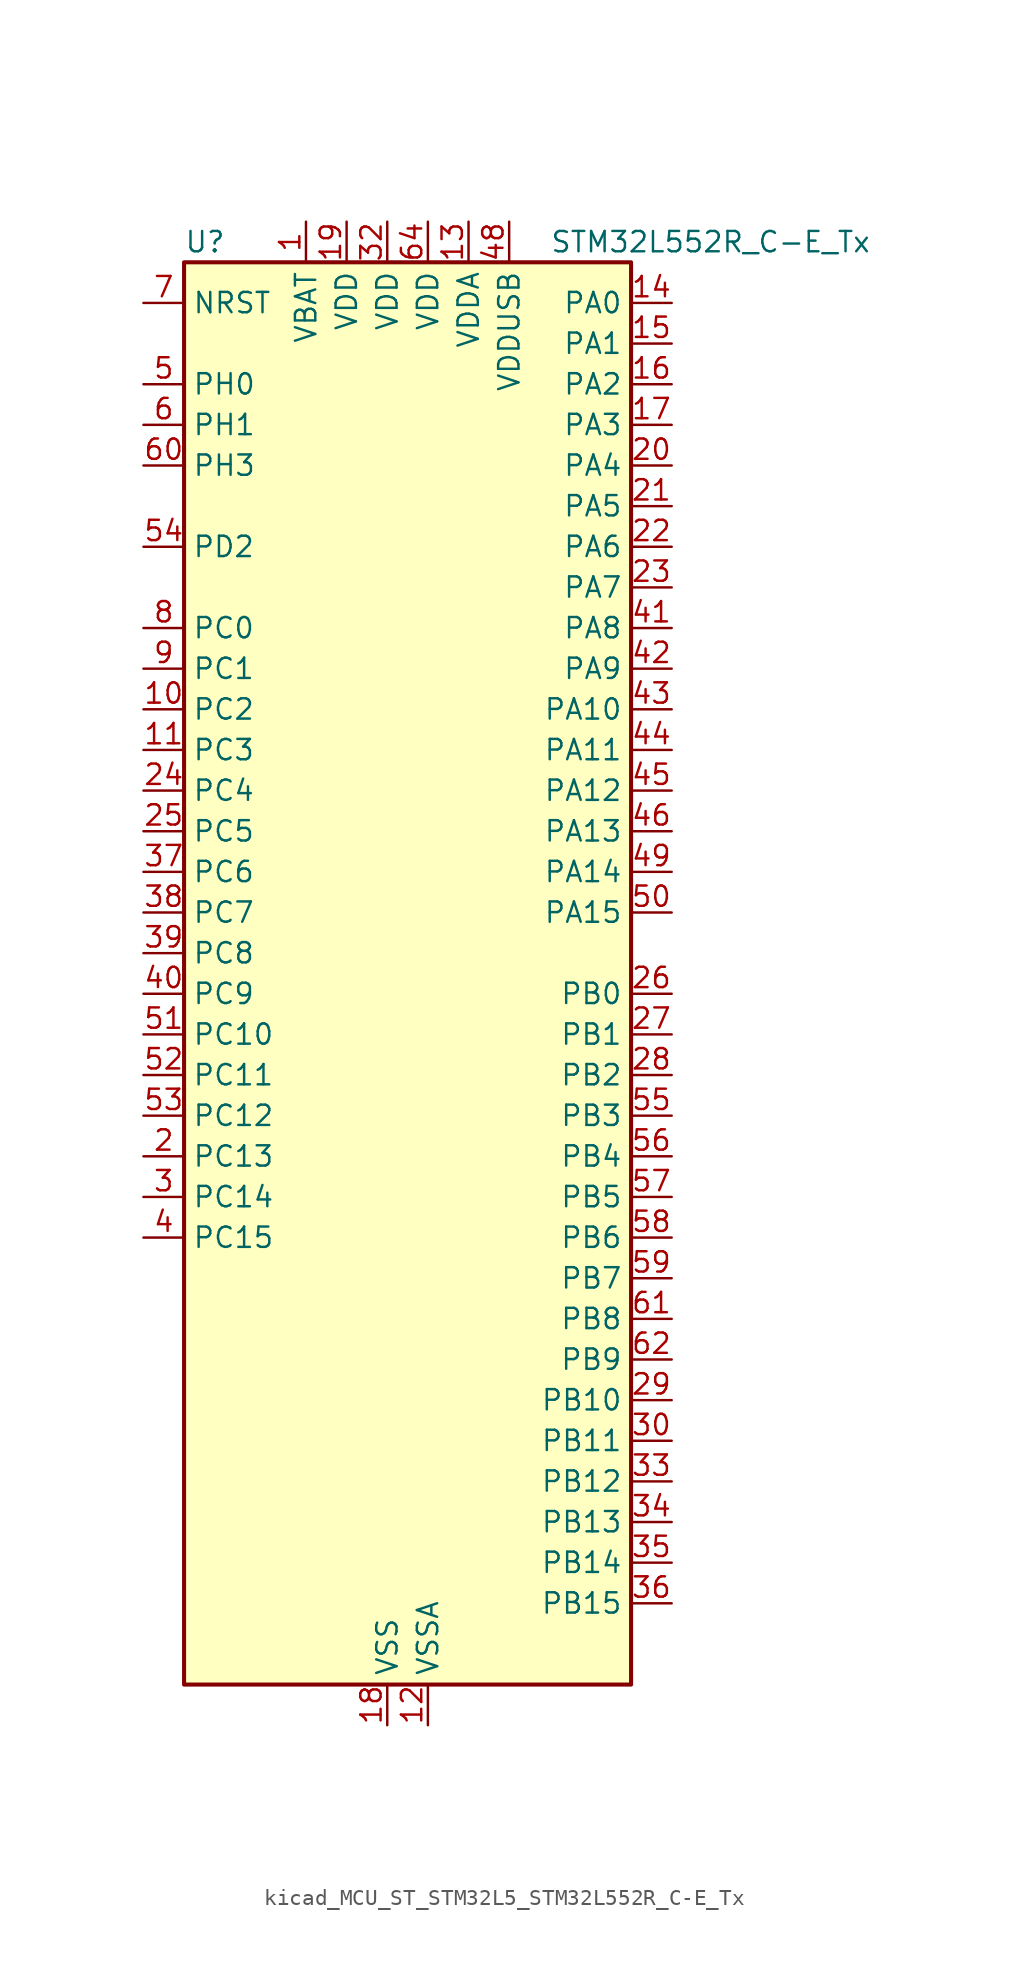
<source format=kicad_sym>
(kicad_symbol_lib
  (version 20220914)
  (generator kicad_symbol_editor)
  (symbol "kicad_MCU_ST_STM32L5_STM32L552R_C-E_Tx"
    (property "Reference" "U"
      (at -12.7 46.99 0)
      (effects (font (size 1.27 1.27)) (justify left)))
    (property "Value" "STM32L552R_C-E_Tx"
      (at 10.16 46.99 0)
      (effects (font (size 1.27 1.27)) (justify left)))
    (property "ki_locked" ""
      (at 0 0 0)
      (effects (font (size 1.27 1.27))))
    (symbol "kicad_MCU_ST_STM32L5_STM32L552R_C-E_Tx_0_1"
      (rectangle (start -12.7 -43.18) (end 15.24 45.72) (stroke (width 0.254) (type default)) (fill (type background))))
    (symbol "kicad_MCU_ST_STM32L5_STM32L552R_C-E_Tx_1_1"
      (pin power_in line (at -5.08 48.26 270) (length 2.54) (name "VBAT" (effects (font (size 1.27 1.27)))) (number "1" (effects (font (size 1.27 1.27)))))
      (pin bidirectional line (at -15.24 17.78 0) (length 2.54) (name "PC2" (effects (font (size 1.27 1.27)))) (number "10" (effects (font (size 1.27 1.27)))) (alternate "ADC1_IN3" bidirectional line) (alternate "ADC2_IN3" bidirectional line) (alternate "DFSDM1_CKOUT" bidirectional line) (alternate "LPTIM1_IN2" bidirectional line) (alternate "OCTOSPI1_IO5" bidirectional line) (alternate "SPI2_MISO" bidirectional line))
      (pin bidirectional line (at -15.24 15.24 0) (length 2.54) (name "PC3" (effects (font (size 1.27 1.27)))) (number "11" (effects (font (size 1.27 1.27)))) (alternate "ADC1_IN4" bidirectional line) (alternate "ADC2_IN4" bidirectional line) (alternate "LPTIM1_ETR" bidirectional line) (alternate "LPTIM2_ETR" bidirectional line) (alternate "LPTIM3_OUT" bidirectional line) (alternate "OCTOSPI1_IO6" bidirectional line) (alternate "SAI1_D1" bidirectional line) (alternate "SAI1_SD_A" bidirectional line) (alternate "SPI2_MOSI" bidirectional line))
      (pin power_in line (at 2.54 -45.72 90) (length 2.54) (name "VSSA" (effects (font (size 1.27 1.27)))) (number "12" (effects (font (size 1.27 1.27)))))
      (pin power_in line (at 5.08 48.26 270) (length 2.54) (name "VDDA" (effects (font (size 1.27 1.27)))) (number "13" (effects (font (size 1.27 1.27)))))
      (pin bidirectional line (at 17.78 43.18 180) (length 2.54) (name "PA0" (effects (font (size 1.27 1.27)))) (number "14" (effects (font (size 1.27 1.27)))) (alternate "ADC1_IN5" bidirectional line) (alternate "ADC2_IN5" bidirectional line) (alternate "OPAMP1_VINP" bidirectional line) (alternate "PWR_WKUP1" bidirectional line) (alternate "SAI1_EXTCLK" bidirectional line) (alternate "TAMP_IN2" bidirectional line) (alternate "TAMP_OUT1" bidirectional line) (alternate "TIM2_CH1" bidirectional line) (alternate "TIM2_ETR" bidirectional line) (alternate "TIM5_CH1" bidirectional line) (alternate "TIM8_ETR" bidirectional line) (alternate "UART4_TX" bidirectional line) (alternate "USART2_CTS" bidirectional line) (alternate "USART2_NSS" bidirectional line))
      (pin bidirectional line (at 17.78 40.64 180) (length 2.54) (name "PA1" (effects (font (size 1.27 1.27)))) (number "15" (effects (font (size 1.27 1.27)))) (alternate "ADC1_IN6" bidirectional line) (alternate "ADC2_IN6" bidirectional line) (alternate "I2C1_SMBA" bidirectional line) (alternate "OCTOSPI1_DQS" bidirectional line) (alternate "OPAMP1_VINM" bidirectional line) (alternate "SPI1_SCK" bidirectional line) (alternate "TAMP_IN5" bidirectional line) (alternate "TAMP_OUT4" bidirectional line) (alternate "TIM15_CH1N" bidirectional line) (alternate "TIM2_CH2" bidirectional line) (alternate "TIM5_CH2" bidirectional line) (alternate "UART4_RX" bidirectional line) (alternate "USART2_DE" bidirectional line) (alternate "USART2_RTS" bidirectional line))
      (pin bidirectional line (at 17.78 38.1 180) (length 2.54) (name "PA2" (effects (font (size 1.27 1.27)))) (number "16" (effects (font (size 1.27 1.27)))) (alternate "ADC1_IN7" bidirectional line) (alternate "ADC2_IN7" bidirectional line) (alternate "COMP1_INP" bidirectional line) (alternate "LPUART1_TX" bidirectional line) (alternate "OCTOSPI1_NCS" bidirectional line) (alternate "PWR_WKUP4" bidirectional line) (alternate "RCC_LSCO" bidirectional line) (alternate "SAI2_EXTCLK" bidirectional line) (alternate "TIM15_CH1" bidirectional line) (alternate "TIM2_CH3" bidirectional line) (alternate "TIM5_CH3" bidirectional line) (alternate "UCPD1_FRSTX1" bidirectional line) (alternate "USART2_TX" bidirectional line))
      (pin bidirectional line (at 17.78 35.56 180) (length 2.54) (name "PA3" (effects (font (size 1.27 1.27)))) (number "17" (effects (font (size 1.27 1.27)))) (alternate "ADC1_IN8" bidirectional line) (alternate "ADC2_IN8" bidirectional line) (alternate "LPUART1_RX" bidirectional line) (alternate "OCTOSPI1_CLK" bidirectional line) (alternate "OPAMP1_VOUT" bidirectional line) (alternate "SAI1_CK1" bidirectional line) (alternate "SAI1_MCLK_A" bidirectional line) (alternate "TIM15_CH2" bidirectional line) (alternate "TIM2_CH4" bidirectional line) (alternate "TIM5_CH4" bidirectional line) (alternate "USART2_RX" bidirectional line))
      (pin power_in line (at 0 -45.72 90) (length 2.54) (name "VSS" (effects (font (size 1.27 1.27)))) (number "18" (effects (font (size 1.27 1.27)))))
      (pin power_in line (at -2.54 48.26 270) (length 2.54) (name "VDD" (effects (font (size 1.27 1.27)))) (number "19" (effects (font (size 1.27 1.27)))))
      (pin bidirectional line (at -15.24 -10.16 0) (length 2.54) (name "PC13" (effects (font (size 1.27 1.27)))) (number "2" (effects (font (size 1.27 1.27)))) (alternate "PWR_WKUP2" bidirectional line) (alternate "RTC_OUT1" bidirectional line) (alternate "RTC_TS" bidirectional line) (alternate "TAMP_IN1" bidirectional line) (alternate "TAMP_OUT2" bidirectional line))
      (pin bidirectional line (at 17.78 33.02 180) (length 2.54) (name "PA4" (effects (font (size 1.27 1.27)))) (number "20" (effects (font (size 1.27 1.27)))) (alternate "ADC1_IN9" bidirectional line) (alternate "ADC2_IN9" bidirectional line) (alternate "DAC1_OUT1" bidirectional line) (alternate "LPTIM2_OUT" bidirectional line) (alternate "OCTOSPI1_NCS" bidirectional line) (alternate "SAI1_FS_B" bidirectional line) (alternate "SPI1_NSS" bidirectional line) (alternate "SPI3_NSS" bidirectional line) (alternate "USART2_CK" bidirectional line))
      (pin bidirectional line (at 17.78 30.48 180) (length 2.54) (name "PA5" (effects (font (size 1.27 1.27)))) (number "21" (effects (font (size 1.27 1.27)))) (alternate "ADC1_IN10" bidirectional line) (alternate "ADC2_IN10" bidirectional line) (alternate "DAC1_OUT2" bidirectional line) (alternate "LPTIM2_ETR" bidirectional line) (alternate "SPI1_SCK" bidirectional line) (alternate "TIM2_CH1" bidirectional line) (alternate "TIM2_ETR" bidirectional line) (alternate "TIM8_CH1N" bidirectional line))
      (pin bidirectional line (at 17.78 27.94 180) (length 2.54) (name "PA6" (effects (font (size 1.27 1.27)))) (number "22" (effects (font (size 1.27 1.27)))) (alternate "ADC1_IN11" bidirectional line) (alternate "ADC2_IN11" bidirectional line) (alternate "LPUART1_CTS" bidirectional line) (alternate "OCTOSPI1_IO3" bidirectional line) (alternate "OPAMP2_VINP" bidirectional line) (alternate "SPI1_MISO" bidirectional line) (alternate "TIM16_CH1" bidirectional line) (alternate "TIM1_BKIN" bidirectional line) (alternate "TIM3_CH1" bidirectional line) (alternate "TIM8_BKIN" bidirectional line) (alternate "USART3_CTS" bidirectional line) (alternate "USART3_NSS" bidirectional line))
      (pin bidirectional line (at 17.78 25.4 180) (length 2.54) (name "PA7" (effects (font (size 1.27 1.27)))) (number "23" (effects (font (size 1.27 1.27)))) (alternate "ADC1_IN12" bidirectional line) (alternate "ADC2_IN12" bidirectional line) (alternate "I2C3_SCL" bidirectional line) (alternate "OCTOSPI1_IO2" bidirectional line) (alternate "OPAMP2_VINM" bidirectional line) (alternate "SPI1_MOSI" bidirectional line) (alternate "TIM17_CH1" bidirectional line) (alternate "TIM1_CH1N" bidirectional line) (alternate "TIM3_CH2" bidirectional line) (alternate "TIM8_CH1N" bidirectional line))
      (pin bidirectional line (at -15.24 12.7 0) (length 2.54) (name "PC4" (effects (font (size 1.27 1.27)))) (number "24" (effects (font (size 1.27 1.27)))) (alternate "ADC1_IN13" bidirectional line) (alternate "ADC2_IN13" bidirectional line) (alternate "COMP1_INM" bidirectional line) (alternate "OCTOSPI1_IO7" bidirectional line) (alternate "USART3_TX" bidirectional line))
      (pin bidirectional line (at -15.24 10.16 0) (length 2.54) (name "PC5" (effects (font (size 1.27 1.27)))) (number "25" (effects (font (size 1.27 1.27)))) (alternate "ADC1_IN14" bidirectional line) (alternate "ADC2_IN14" bidirectional line) (alternate "COMP1_INP" bidirectional line) (alternate "PWR_WKUP5" bidirectional line) (alternate "SAI1_D3" bidirectional line) (alternate "TAMP_IN4" bidirectional line) (alternate "TAMP_OUT5" bidirectional line) (alternate "USART3_RX" bidirectional line))
      (pin bidirectional line (at 17.78 0 180) (length 2.54) (name "PB0" (effects (font (size 1.27 1.27)))) (number "26" (effects (font (size 1.27 1.27)))) (alternate "ADC1_IN15" bidirectional line) (alternate "ADC2_IN15" bidirectional line) (alternate "COMP1_OUT" bidirectional line) (alternate "OCTOSPI1_IO1" bidirectional line) (alternate "OPAMP2_VOUT" bidirectional line) (alternate "SAI1_EXTCLK" bidirectional line) (alternate "SPI1_NSS" bidirectional line) (alternate "TIM1_CH2N" bidirectional line) (alternate "TIM3_CH3" bidirectional line) (alternate "TIM8_CH2N" bidirectional line) (alternate "USART3_CK" bidirectional line))
      (pin bidirectional line (at 17.78 -2.54 180) (length 2.54) (name "PB1" (effects (font (size 1.27 1.27)))) (number "27" (effects (font (size 1.27 1.27)))) (alternate "ADC1_IN16" bidirectional line) (alternate "ADC2_IN16" bidirectional line) (alternate "COMP1_INM" bidirectional line) (alternate "DFSDM1_DATIN0" bidirectional line) (alternate "LPTIM2_IN1" bidirectional line) (alternate "LPUART1_DE" bidirectional line) (alternate "LPUART1_RTS" bidirectional line) (alternate "OCTOSPI1_IO0" bidirectional line) (alternate "TIM1_CH3N" bidirectional line) (alternate "TIM3_CH4" bidirectional line) (alternate "TIM8_CH3N" bidirectional line) (alternate "USART3_DE" bidirectional line) (alternate "USART3_RTS" bidirectional line))
      (pin bidirectional line (at 17.78 -5.08 180) (length 2.54) (name "PB2" (effects (font (size 1.27 1.27)))) (number "28" (effects (font (size 1.27 1.27)))) (alternate "COMP1_INP" bidirectional line) (alternate "DFSDM1_CKIN0" bidirectional line) (alternate "I2C3_SMBA" bidirectional line) (alternate "LPTIM1_OUT" bidirectional line) (alternate "OCTOSPI1_DQS" bidirectional line) (alternate "RTC_OUT2" bidirectional line) (alternate "UCPD1_FRSTX1" bidirectional line))
      (pin bidirectional line (at 17.78 -25.4 180) (length 2.54) (name "PB10" (effects (font (size 1.27 1.27)))) (number "29" (effects (font (size 1.27 1.27)))) (alternate "COMP1_OUT" bidirectional line) (alternate "I2C2_SCL" bidirectional line) (alternate "I2C4_SCL" bidirectional line) (alternate "LPTIM3_OUT" bidirectional line) (alternate "LPUART1_RX" bidirectional line) (alternate "OCTOSPI1_CLK" bidirectional line) (alternate "SAI1_SCK_A" bidirectional line) (alternate "SPI2_SCK" bidirectional line) (alternate "TIM2_CH3" bidirectional line) (alternate "TSC_SYNC" bidirectional line) (alternate "USART3_TX" bidirectional line))
      (pin bidirectional line (at -15.24 -12.7 0) (length 2.54) (name "PC14" (effects (font (size 1.27 1.27)))) (number "3" (effects (font (size 1.27 1.27)))) (alternate "RCC_OSC32_IN" bidirectional line))
      (pin bidirectional line (at 17.78 -27.94 180) (length 2.54) (name "PB11" (effects (font (size 1.27 1.27)))) (number "30" (effects (font (size 1.27 1.27)))) (alternate "ADC1_EXTI11" bidirectional line) (alternate "ADC2_EXTI11" bidirectional line) (alternate "COMP2_OUT" bidirectional line) (alternate "I2C2_SDA" bidirectional line) (alternate "I2C4_SDA" bidirectional line) (alternate "LPUART1_TX" bidirectional line) (alternate "OCTOSPI1_NCS" bidirectional line) (alternate "TIM2_CH4" bidirectional line) (alternate "USART3_RX" bidirectional line))
      (pin passive line (at 0 -45.72 90) (length 2.54) hide (name "VSS" (effects (font (size 1.27 1.27)))) (number "31" (effects (font (size 1.27 1.27)))))
      (pin power_in line (at 0 48.26 270) (length 2.54) (name "VDD" (effects (font (size 1.27 1.27)))) (number "32" (effects (font (size 1.27 1.27)))))
      (pin bidirectional line (at 17.78 -30.48 180) (length 2.54) (name "PB12" (effects (font (size 1.27 1.27)))) (number "33" (effects (font (size 1.27 1.27)))) (alternate "DFSDM1_DATIN1" bidirectional line) (alternate "I2C2_SMBA" bidirectional line) (alternate "LPUART1_DE" bidirectional line) (alternate "LPUART1_RTS" bidirectional line) (alternate "OCTOSPI1_NCLK" bidirectional line) (alternate "SAI2_FS_A" bidirectional line) (alternate "SPI2_NSS" bidirectional line) (alternate "TIM15_BKIN" bidirectional line) (alternate "TIM1_BKIN" bidirectional line) (alternate "TSC_G1_IO1" bidirectional line) (alternate "USART3_CK" bidirectional line))
      (pin bidirectional line (at 17.78 -33.02 180) (length 2.54) (name "PB13" (effects (font (size 1.27 1.27)))) (number "34" (effects (font (size 1.27 1.27)))) (alternate "DFSDM1_CKIN1" bidirectional line) (alternate "I2C2_SCL" bidirectional line) (alternate "LPTIM3_IN1" bidirectional line) (alternate "LPUART1_CTS" bidirectional line) (alternate "SAI2_SCK_A" bidirectional line) (alternate "SPI2_SCK" bidirectional line) (alternate "TIM15_CH1N" bidirectional line) (alternate "TIM1_CH1N" bidirectional line) (alternate "TSC_G1_IO2" bidirectional line) (alternate "UCPD1_FRSTX2" bidirectional line) (alternate "USART3_CTS" bidirectional line) (alternate "USART3_NSS" bidirectional line))
      (pin bidirectional line (at 17.78 -35.56 180) (length 2.54) (name "PB14" (effects (font (size 1.27 1.27)))) (number "35" (effects (font (size 1.27 1.27)))) (alternate "DFSDM1_DATIN2" bidirectional line) (alternate "I2C2_SDA" bidirectional line) (alternate "LPTIM3_ETR" bidirectional line) (alternate "SAI2_MCLK_A" bidirectional line) (alternate "SPI2_MISO" bidirectional line) (alternate "TIM15_CH1" bidirectional line) (alternate "TIM1_CH2N" bidirectional line) (alternate "TIM8_CH2N" bidirectional line) (alternate "TSC_G1_IO3" bidirectional line) (alternate "UCPD1_DBCC2" bidirectional line) (alternate "USART3_DE" bidirectional line) (alternate "USART3_RTS" bidirectional line))
      (pin bidirectional line (at 17.78 -38.1 180) (length 2.54) (name "PB15" (effects (font (size 1.27 1.27)))) (number "36" (effects (font (size 1.27 1.27)))) (alternate "ADC1_EXTI15" bidirectional line) (alternate "ADC2_EXTI15" bidirectional line) (alternate "DFSDM1_CKIN2" bidirectional line) (alternate "RTC_REFIN" bidirectional line) (alternate "SAI2_SD_A" bidirectional line) (alternate "SPI2_MOSI" bidirectional line) (alternate "TIM15_CH2" bidirectional line) (alternate "TIM1_CH3N" bidirectional line) (alternate "TIM8_CH3N" bidirectional line) (alternate "UCPD1_CC2" bidirectional line))
      (pin bidirectional line (at -15.24 7.62 0) (length 2.54) (name "PC6" (effects (font (size 1.27 1.27)))) (number "37" (effects (font (size 1.27 1.27)))) (alternate "DFSDM1_CKIN3" bidirectional line) (alternate "SAI2_MCLK_A" bidirectional line) (alternate "SDMMC1_D0DIR" bidirectional line) (alternate "SDMMC1_D6" bidirectional line) (alternate "TIM3_CH1" bidirectional line) (alternate "TIM8_CH1" bidirectional line) (alternate "TSC_G4_IO1" bidirectional line))
      (pin bidirectional line (at -15.24 5.08 0) (length 2.54) (name "PC7" (effects (font (size 1.27 1.27)))) (number "38" (effects (font (size 1.27 1.27)))) (alternate "DFSDM1_DATIN3" bidirectional line) (alternate "SAI2_MCLK_B" bidirectional line) (alternate "SDMMC1_D123DIR" bidirectional line) (alternate "SDMMC1_D7" bidirectional line) (alternate "TIM3_CH2" bidirectional line) (alternate "TIM8_CH2" bidirectional line) (alternate "TSC_G4_IO2" bidirectional line))
      (pin bidirectional line (at -15.24 2.54 0) (length 2.54) (name "PC8" (effects (font (size 1.27 1.27)))) (number "39" (effects (font (size 1.27 1.27)))) (alternate "SDMMC1_D0" bidirectional line) (alternate "TIM3_CH3" bidirectional line) (alternate "TIM8_CH3" bidirectional line) (alternate "TSC_G4_IO3" bidirectional line))
      (pin bidirectional line (at -15.24 -15.24 0) (length 2.54) (name "PC15" (effects (font (size 1.27 1.27)))) (number "4" (effects (font (size 1.27 1.27)))) (alternate "ADC1_EXTI15" bidirectional line) (alternate "ADC2_EXTI15" bidirectional line) (alternate "RCC_OSC32_OUT" bidirectional line))
      (pin bidirectional line (at -15.24 0 0) (length 2.54) (name "PC9" (effects (font (size 1.27 1.27)))) (number "40" (effects (font (size 1.27 1.27)))) (alternate "DAC1_EXTI9" bidirectional line) (alternate "DEBUG_TRACED0" bidirectional line) (alternate "SAI2_EXTCLK" bidirectional line) (alternate "SDMMC1_D1" bidirectional line) (alternate "TIM3_CH4" bidirectional line) (alternate "TIM8_BKIN2" bidirectional line) (alternate "TIM8_CH4" bidirectional line) (alternate "TSC_G4_IO4" bidirectional line) (alternate "USB_NOE" bidirectional line))
      (pin bidirectional line (at 17.78 22.86 180) (length 2.54) (name "PA8" (effects (font (size 1.27 1.27)))) (number "41" (effects (font (size 1.27 1.27)))) (alternate "LPTIM2_OUT" bidirectional line) (alternate "RCC_MCO" bidirectional line) (alternate "SAI1_CK2" bidirectional line) (alternate "SAI1_SCK_A" bidirectional line) (alternate "TIM1_CH1" bidirectional line) (alternate "USART1_CK" bidirectional line))
      (pin bidirectional line (at 17.78 20.32 180) (length 2.54) (name "PA9" (effects (font (size 1.27 1.27)))) (number "42" (effects (font (size 1.27 1.27)))) (alternate "DAC1_EXTI9" bidirectional line) (alternate "SAI1_FS_A" bidirectional line) (alternate "SPI2_SCK" bidirectional line) (alternate "TIM15_BKIN" bidirectional line) (alternate "TIM1_CH2" bidirectional line) (alternate "USART1_TX" bidirectional line))
      (pin bidirectional line (at 17.78 17.78 180) (length 2.54) (name "PA10" (effects (font (size 1.27 1.27)))) (number "43" (effects (font (size 1.27 1.27)))) (alternate "CRS_SYNC" bidirectional line) (alternate "SAI1_D1" bidirectional line) (alternate "SAI1_SD_A" bidirectional line) (alternate "TIM17_BKIN" bidirectional line) (alternate "TIM1_CH3" bidirectional line) (alternate "USART1_RX" bidirectional line))
      (pin bidirectional line (at 17.78 15.24 180) (length 2.54) (name "PA11" (effects (font (size 1.27 1.27)))) (number "44" (effects (font (size 1.27 1.27)))) (alternate "ADC1_EXTI11" bidirectional line) (alternate "ADC2_EXTI11" bidirectional line) (alternate "FDCAN1_RX" bidirectional line) (alternate "SPI1_MISO" bidirectional line) (alternate "TIM1_BKIN2" bidirectional line) (alternate "TIM1_CH4" bidirectional line) (alternate "USART1_CTS" bidirectional line) (alternate "USART1_NSS" bidirectional line) (alternate "USB_DM" bidirectional line))
      (pin bidirectional line (at 17.78 12.7 180) (length 2.54) (name "PA12" (effects (font (size 1.27 1.27)))) (number "45" (effects (font (size 1.27 1.27)))) (alternate "FDCAN1_TX" bidirectional line) (alternate "SPI1_MOSI" bidirectional line) (alternate "TIM1_ETR" bidirectional line) (alternate "USART1_DE" bidirectional line) (alternate "USART1_RTS" bidirectional line) (alternate "USB_DP" bidirectional line))
      (pin bidirectional line (at 17.78 10.16 180) (length 2.54) (name "PA13" (effects (font (size 1.27 1.27)))) (number "46" (effects (font (size 1.27 1.27)))) (alternate "DEBUG_JTMS-SWDIO" bidirectional line) (alternate "IR_OUT" bidirectional line) (alternate "SAI1_SD_B" bidirectional line) (alternate "USB_NOE" bidirectional line))
      (pin passive line (at 0 -45.72 90) (length 2.54) hide (name "VSS" (effects (font (size 1.27 1.27)))) (number "47" (effects (font (size 1.27 1.27)))))
      (pin power_in line (at 7.62 48.26 270) (length 2.54) (name "VDDUSB" (effects (font (size 1.27 1.27)))) (number "48" (effects (font (size 1.27 1.27)))))
      (pin bidirectional line (at 17.78 7.62 180) (length 2.54) (name "PA14" (effects (font (size 1.27 1.27)))) (number "49" (effects (font (size 1.27 1.27)))) (alternate "DEBUG_JTCK-SWCLK" bidirectional line) (alternate "I2C1_SMBA" bidirectional line) (alternate "I2C4_SMBA" bidirectional line) (alternate "LPTIM1_OUT" bidirectional line) (alternate "SAI1_FS_B" bidirectional line))
      (pin bidirectional line (at -15.24 38.1 0) (length 2.54) (name "PH0" (effects (font (size 1.27 1.27)))) (number "5" (effects (font (size 1.27 1.27)))) (alternate "RCC_OSC_IN" bidirectional line))
      (pin bidirectional line (at 17.78 5.08 180) (length 2.54) (name "PA15" (effects (font (size 1.27 1.27)))) (number "50" (effects (font (size 1.27 1.27)))) (alternate "ADC1_EXTI15" bidirectional line) (alternate "ADC2_EXTI15" bidirectional line) (alternate "DEBUG_JTDI" bidirectional line) (alternate "SAI2_FS_B" bidirectional line) (alternate "SPI1_NSS" bidirectional line) (alternate "SPI3_NSS" bidirectional line) (alternate "TIM2_CH1" bidirectional line) (alternate "TIM2_ETR" bidirectional line) (alternate "UART4_DE" bidirectional line) (alternate "UART4_RTS" bidirectional line) (alternate "UCPD1_CC1" bidirectional line) (alternate "USART2_RX" bidirectional line) (alternate "USART3_DE" bidirectional line) (alternate "USART3_RTS" bidirectional line))
      (pin bidirectional line (at -15.24 -2.54 0) (length 2.54) (name "PC10" (effects (font (size 1.27 1.27)))) (number "51" (effects (font (size 1.27 1.27)))) (alternate "DEBUG_TRACED1" bidirectional line) (alternate "LPTIM3_ETR" bidirectional line) (alternate "SAI2_SCK_B" bidirectional line) (alternate "SDMMC1_D2" bidirectional line) (alternate "SPI3_SCK" bidirectional line) (alternate "TSC_G3_IO2" bidirectional line) (alternate "UART4_TX" bidirectional line) (alternate "USART3_TX" bidirectional line))
      (pin bidirectional line (at -15.24 -5.08 0) (length 2.54) (name "PC11" (effects (font (size 1.27 1.27)))) (number "52" (effects (font (size 1.27 1.27)))) (alternate "ADC1_EXTI11" bidirectional line) (alternate "ADC2_EXTI11" bidirectional line) (alternate "LPTIM3_IN1" bidirectional line) (alternate "OCTOSPI1_NCS" bidirectional line) (alternate "SAI2_MCLK_B" bidirectional line) (alternate "SDMMC1_D3" bidirectional line) (alternate "SPI3_MISO" bidirectional line) (alternate "TSC_G3_IO3" bidirectional line) (alternate "UART4_RX" bidirectional line) (alternate "UCPD1_FRSTX2" bidirectional line) (alternate "USART3_RX" bidirectional line))
      (pin bidirectional line (at -15.24 -7.62 0) (length 2.54) (name "PC12" (effects (font (size 1.27 1.27)))) (number "53" (effects (font (size 1.27 1.27)))) (alternate "DEBUG_TRACED3" bidirectional line) (alternate "SAI2_SD_B" bidirectional line) (alternate "SDMMC1_CK" bidirectional line) (alternate "SPI3_MOSI" bidirectional line) (alternate "TSC_G3_IO4" bidirectional line) (alternate "UART5_TX" bidirectional line) (alternate "USART3_CK" bidirectional line))
      (pin bidirectional line (at -15.24 27.94 0) (length 2.54) (name "PD2" (effects (font (size 1.27 1.27)))) (number "54" (effects (font (size 1.27 1.27)))) (alternate "DEBUG_TRACED2" bidirectional line) (alternate "SDMMC1_CMD" bidirectional line) (alternate "TIM3_ETR" bidirectional line) (alternate "TSC_SYNC" bidirectional line) (alternate "UART5_RX" bidirectional line) (alternate "USART3_DE" bidirectional line) (alternate "USART3_RTS" bidirectional line))
      (pin bidirectional line (at 17.78 -7.62 180) (length 2.54) (name "PB3" (effects (font (size 1.27 1.27)))) (number "55" (effects (font (size 1.27 1.27)))) (alternate "COMP2_INM" bidirectional line) (alternate "CRS_SYNC" bidirectional line) (alternate "DEBUG_JTDO-SWO" bidirectional line) (alternate "SAI1_SCK_B" bidirectional line) (alternate "SPI1_SCK" bidirectional line) (alternate "SPI3_SCK" bidirectional line) (alternate "TIM2_CH2" bidirectional line) (alternate "USART1_DE" bidirectional line) (alternate "USART1_RTS" bidirectional line))
      (pin bidirectional line (at 17.78 -10.16 180) (length 2.54) (name "PB4" (effects (font (size 1.27 1.27)))) (number "56" (effects (font (size 1.27 1.27)))) (alternate "COMP2_INP" bidirectional line) (alternate "DEBUG_JTRST" bidirectional line) (alternate "I2C3_SDA" bidirectional line) (alternate "SAI1_MCLK_B" bidirectional line) (alternate "SPI1_MISO" bidirectional line) (alternate "SPI3_MISO" bidirectional line) (alternate "TIM17_BKIN" bidirectional line) (alternate "TIM3_CH1" bidirectional line) (alternate "TSC_G2_IO1" bidirectional line) (alternate "UART5_DE" bidirectional line) (alternate "UART5_RTS" bidirectional line) (alternate "USART1_CTS" bidirectional line) (alternate "USART1_NSS" bidirectional line))
      (pin bidirectional line (at 17.78 -12.7 180) (length 2.54) (name "PB5" (effects (font (size 1.27 1.27)))) (number "57" (effects (font (size 1.27 1.27)))) (alternate "COMP2_OUT" bidirectional line) (alternate "I2C1_SMBA" bidirectional line) (alternate "LPTIM1_IN1" bidirectional line) (alternate "OCTOSPI1_NCLK" bidirectional line) (alternate "SAI1_SD_B" bidirectional line) (alternate "SPI1_MOSI" bidirectional line) (alternate "SPI3_MOSI" bidirectional line) (alternate "TIM16_BKIN" bidirectional line) (alternate "TIM3_CH2" bidirectional line) (alternate "TSC_G2_IO2" bidirectional line) (alternate "UART5_CTS" bidirectional line) (alternate "UCPD1_DBCC1" bidirectional line) (alternate "USART1_CK" bidirectional line))
      (pin bidirectional line (at 17.78 -15.24 180) (length 2.54) (name "PB6" (effects (font (size 1.27 1.27)))) (number "58" (effects (font (size 1.27 1.27)))) (alternate "COMP2_INP" bidirectional line) (alternate "I2C1_SCL" bidirectional line) (alternate "I2C4_SCL" bidirectional line) (alternate "LPTIM1_ETR" bidirectional line) (alternate "SAI1_FS_B" bidirectional line) (alternate "TIM16_CH1N" bidirectional line) (alternate "TIM4_CH1" bidirectional line) (alternate "TIM8_BKIN2" bidirectional line) (alternate "TSC_G2_IO3" bidirectional line) (alternate "USART1_TX" bidirectional line))
      (pin bidirectional line (at 17.78 -17.78 180) (length 2.54) (name "PB7" (effects (font (size 1.27 1.27)))) (number "59" (effects (font (size 1.27 1.27)))) (alternate "COMP2_INM" bidirectional line) (alternate "I2C1_SDA" bidirectional line) (alternate "I2C4_SDA" bidirectional line) (alternate "LPTIM1_IN2" bidirectional line) (alternate "PWR_PVD_IN" bidirectional line) (alternate "TIM17_CH1N" bidirectional line) (alternate "TIM4_CH2" bidirectional line) (alternate "TIM8_BKIN" bidirectional line) (alternate "TSC_G2_IO4" bidirectional line) (alternate "UART4_CTS" bidirectional line) (alternate "USART1_RX" bidirectional line))
      (pin bidirectional line (at -15.24 35.56 0) (length 2.54) (name "PH1" (effects (font (size 1.27 1.27)))) (number "6" (effects (font (size 1.27 1.27)))) (alternate "RCC_OSC_OUT" bidirectional line))
      (pin bidirectional line (at -15.24 33.02 0) (length 2.54) (name "PH3" (effects (font (size 1.27 1.27)))) (number "60" (effects (font (size 1.27 1.27)))))
      (pin bidirectional line (at 17.78 -20.32 180) (length 2.54) (name "PB8" (effects (font (size 1.27 1.27)))) (number "61" (effects (font (size 1.27 1.27)))) (alternate "DFSDM1_CKOUT" bidirectional line) (alternate "FDCAN1_RX" bidirectional line) (alternate "I2C1_SCL" bidirectional line) (alternate "SAI1_CK1" bidirectional line) (alternate "SAI1_MCLK_A" bidirectional line) (alternate "SDMMC1_CKIN" bidirectional line) (alternate "SDMMC1_D4" bidirectional line) (alternate "TIM16_CH1" bidirectional line) (alternate "TIM4_CH3" bidirectional line))
      (pin bidirectional line (at 17.78 -22.86 180) (length 2.54) (name "PB9" (effects (font (size 1.27 1.27)))) (number "62" (effects (font (size 1.27 1.27)))) (alternate "DAC1_EXTI9" bidirectional line) (alternate "FDCAN1_TX" bidirectional line) (alternate "I2C1_SDA" bidirectional line) (alternate "IR_OUT" bidirectional line) (alternate "SAI1_D2" bidirectional line) (alternate "SAI1_FS_A" bidirectional line) (alternate "SDMMC1_CDIR" bidirectional line) (alternate "SDMMC1_D5" bidirectional line) (alternate "SPI2_NSS" bidirectional line) (alternate "TIM17_CH1" bidirectional line) (alternate "TIM4_CH4" bidirectional line))
      (pin passive line (at 0 -45.72 90) (length 2.54) hide (name "VSS" (effects (font (size 1.27 1.27)))) (number "63" (effects (font (size 1.27 1.27)))))
      (pin power_in line (at 2.54 48.26 270) (length 2.54) (name "VDD" (effects (font (size 1.27 1.27)))) (number "64" (effects (font (size 1.27 1.27)))))
      (pin input line (at -15.24 43.18 0) (length 2.54) (name "NRST" (effects (font (size 1.27 1.27)))) (number "7" (effects (font (size 1.27 1.27)))))
      (pin bidirectional line (at -15.24 22.86 0) (length 2.54) (name "PC0" (effects (font (size 1.27 1.27)))) (number "8" (effects (font (size 1.27 1.27)))) (alternate "ADC1_IN1" bidirectional line) (alternate "ADC2_IN1" bidirectional line) (alternate "I2C3_SCL" bidirectional line) (alternate "LPTIM1_IN1" bidirectional line) (alternate "LPTIM2_IN1" bidirectional line) (alternate "LPUART1_RX" bidirectional line) (alternate "OCTOSPI1_IO7" bidirectional line) (alternate "SAI2_FS_A" bidirectional line) (alternate "SDMMC1_D5" bidirectional line))
      (pin bidirectional line (at -15.24 20.32 0) (length 2.54) (name "PC1" (effects (font (size 1.27 1.27)))) (number "9" (effects (font (size 1.27 1.27)))) (alternate "ADC1_IN2" bidirectional line) (alternate "ADC2_IN2" bidirectional line) (alternate "DEBUG_TRACED0" bidirectional line) (alternate "I2C3_SDA" bidirectional line) (alternate "LPTIM1_OUT" bidirectional line) (alternate "LPUART1_TX" bidirectional line) (alternate "OCTOSPI1_IO4" bidirectional line) (alternate "SAI1_SD_A" bidirectional line) (alternate "SPI2_MOSI" bidirectional line)))))
</source>
